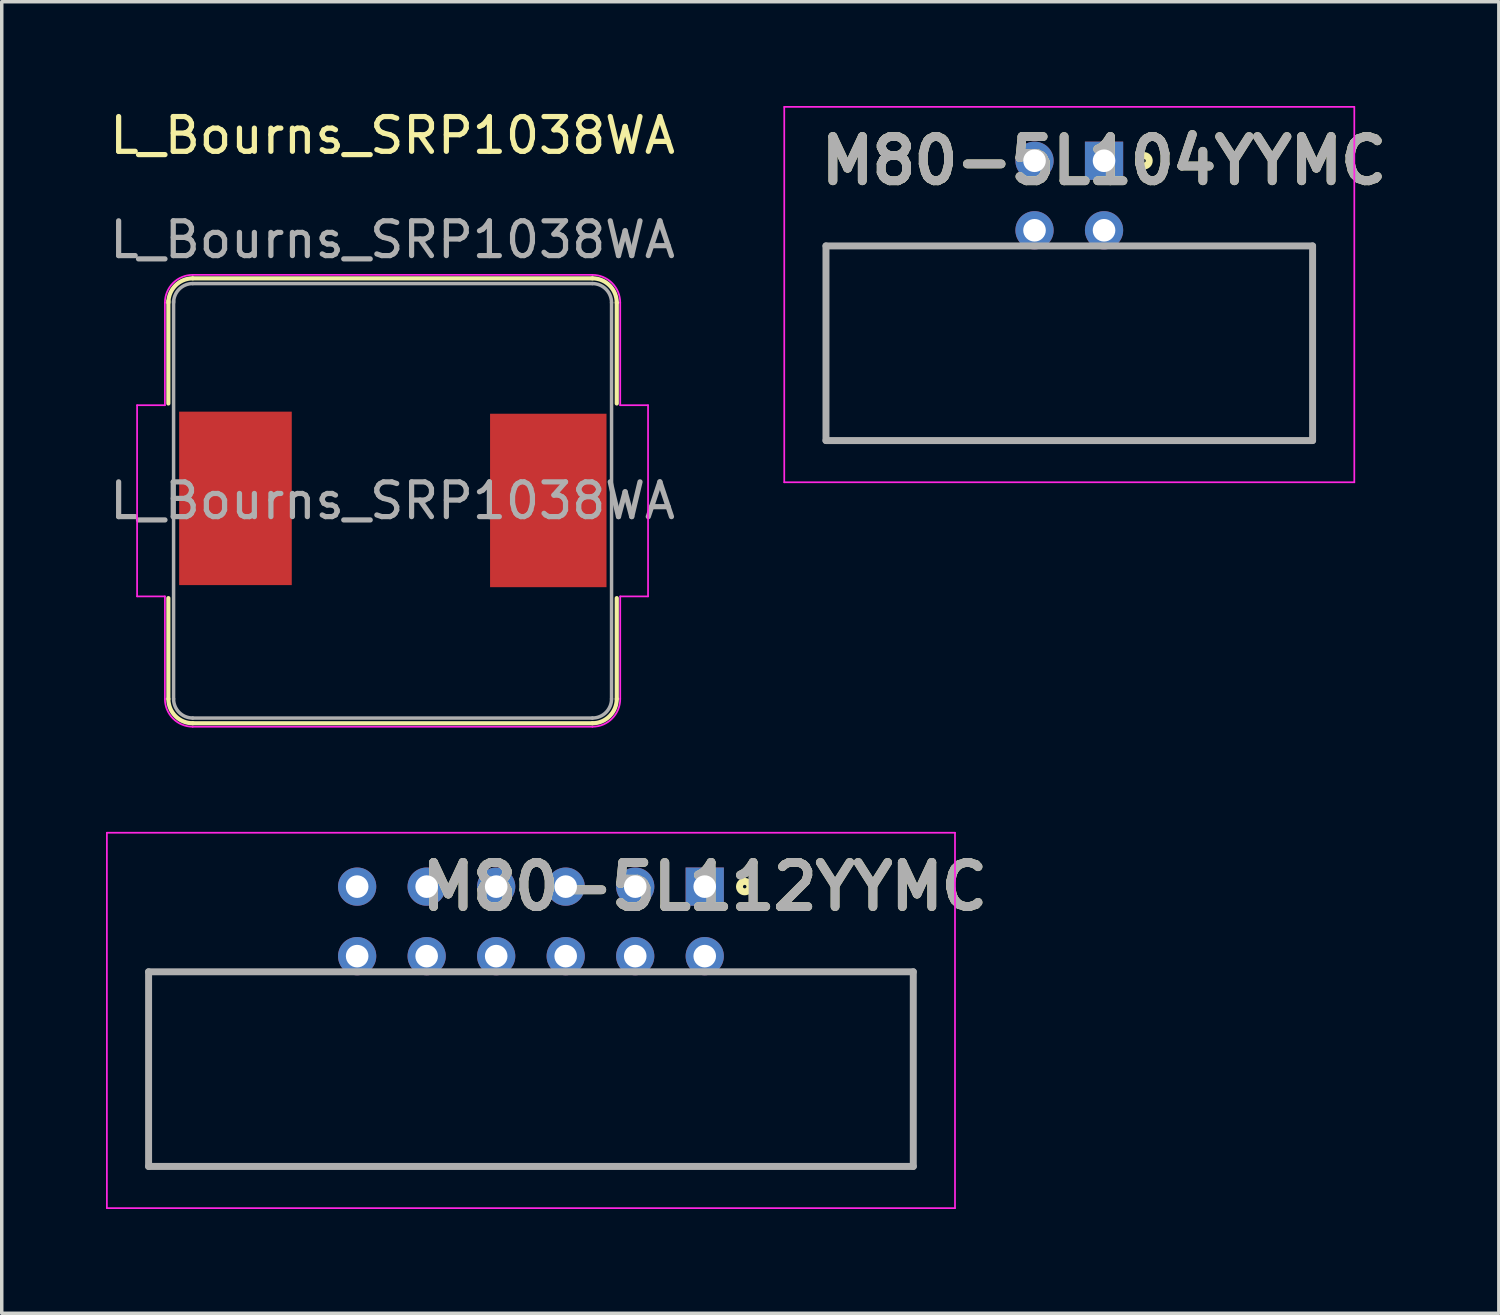
<source format=kicad_pcb>
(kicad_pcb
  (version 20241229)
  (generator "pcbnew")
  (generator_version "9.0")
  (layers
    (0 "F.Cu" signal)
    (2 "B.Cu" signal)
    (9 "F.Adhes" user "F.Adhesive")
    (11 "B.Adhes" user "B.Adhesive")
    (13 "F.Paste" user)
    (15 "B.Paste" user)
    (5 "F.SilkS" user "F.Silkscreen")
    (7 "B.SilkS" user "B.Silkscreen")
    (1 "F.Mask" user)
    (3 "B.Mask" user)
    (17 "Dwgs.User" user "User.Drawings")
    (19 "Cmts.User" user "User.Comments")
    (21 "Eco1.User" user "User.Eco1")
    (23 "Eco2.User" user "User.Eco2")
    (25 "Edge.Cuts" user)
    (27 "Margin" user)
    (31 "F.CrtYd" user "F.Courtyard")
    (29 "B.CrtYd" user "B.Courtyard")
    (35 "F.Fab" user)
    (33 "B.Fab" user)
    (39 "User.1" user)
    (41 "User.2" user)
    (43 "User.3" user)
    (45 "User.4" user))
  (footprint "L_Bourns_SRP1038WA"
    (layer "F.Cu")
    (at 8.244 10.918)
    (property "Reference" "L_Bourns_SRP1038WA" (at 0 -10.07 0) (unlocked yes) (layer "F.SilkS") (effects (font (size 1 1) (thickness 0.15))))
    (attr smd)
    (fp_line (start -6.45 -5.31) (end -6.45 -2.36) (stroke (width 0.12) (type solid)) (layer "F.SilkS"))
    (fp_line (start -6.45 3.24) (end -6.45 6.14) (stroke (width 0.12) (type solid)) (layer "F.SilkS"))
    (fp_line (start -5.75 -5.96) (end 5.75 -5.96) (stroke (width 0.12) (type solid)) (layer "F.SilkS"))
    (fp_line (start 5.75 6.84) (end -5.75 6.84) (stroke (width 0.12) (type solid)) (layer "F.SilkS"))
    (fp_line (start 6.45 -5.26) (end 6.45 -2.36) (stroke (width 0.12) (type solid)) (layer "F.SilkS"))
    (fp_line (start 6.45 3.24) (end 6.45 6.14) (stroke (width 0.12) (type solid)) (layer "F.SilkS"))
    (fp_arc (start -6.45 -5.26) (mid -6.244975 -5.754975) (end -5.75 -5.96) (stroke (width 0.12) (type solid)) (layer "F.SilkS"))
    (fp_arc (start -5.75 6.84) (mid -6.244975 6.634975) (end -6.45 6.14) (stroke (width 0.12) (type solid)) (layer "F.SilkS"))
    (fp_arc (start 5.75 -5.96) (mid 6.244975 -5.754975) (end 6.45 -5.26) (stroke (width 0.12) (type solid)) (layer "F.SilkS"))
    (fp_arc (start 6.45 6.14) (mid 6.244975 6.634975) (end 5.75 6.84) (stroke (width 0.12) (type solid)) (layer "F.SilkS"))
    (fp_line (start -7.35 -2.31) (end -6.55 -2.31) (stroke (width 0.05) (type solid)) (layer "F.CrtYd"))
    (fp_line (start -7.35 3.19) (end -7.35 -2.31) (stroke (width 0.05) (type solid)) (layer "F.CrtYd"))
    (fp_line (start -7.35 3.19) (end -6.55 3.19) (stroke (width 0.05) (type solid)) (layer "F.CrtYd"))
    (fp_line (start -6.55 -2.31) (end -6.55 -5.26) (stroke (width 0.05) (type solid)) (layer "F.CrtYd"))
    (fp_line (start -6.55 6.14) (end -6.55 3.19) (stroke (width 0.05) (type solid)) (layer "F.CrtYd"))
    (fp_line (start -5.75 -6.06) (end 5.75 -6.06) (stroke (width 0.05) (type solid)) (layer "F.CrtYd"))
    (fp_line (start 5.75 6.94) (end -5.75 6.94) (stroke (width 0.05) (type solid)) (layer "F.CrtYd"))
    (fp_line (start 6.55 -5.26) (end 6.55 -2.31) (stroke (width 0.05) (type solid)) (layer "F.CrtYd"))
    (fp_line (start 6.55 3.19) (end 6.55 6.14) (stroke (width 0.05) (type solid)) (layer "F.CrtYd"))
    (fp_line (start 7.35 -2.31) (end 6.55 -2.31) (stroke (width 0.05) (type solid)) (layer "F.CrtYd"))
    (fp_line (start 7.35 -2.31) (end 7.35 3.19) (stroke (width 0.05) (type solid)) (layer "F.CrtYd"))
    (fp_line (start 7.35 3.19) (end 6.55 3.19) (stroke (width 0.05) (type solid)) (layer "F.CrtYd"))
    (fp_arc (start -6.55 -5.26) (mid -6.315685 -5.825685) (end -5.75 -6.06) (stroke (width 0.05) (type solid)) (layer "F.CrtYd"))
    (fp_arc (start -5.75 6.94) (mid -6.315685 6.705685) (end -6.55 6.14) (stroke (width 0.05) (type solid)) (layer "F.CrtYd"))
    (fp_arc (start 5.75 -6.06) (mid 6.315685 -5.825685) (end 6.55 -5.26) (stroke (width 0.05) (type solid)) (layer "F.CrtYd"))
    (fp_arc (start 6.55 6.14) (mid 6.315685 6.705685) (end 5.75 6.94) (stroke (width 0.05) (type solid)) (layer "F.CrtYd"))
    (fp_line (start -6.3 -5.31) (end -6.3 6.14) (stroke (width 0.1) (type solid)) (layer "F.Fab"))
    (fp_line (start -5.75 -5.81) (end 5.75 -5.81) (stroke (width 0.1) (type solid)) (layer "F.Fab"))
    (fp_line (start 5.75 6.69) (end -5.75 6.69) (stroke (width 0.1) (type solid)) (layer "F.Fab"))
    (fp_line (start 6.3 -5.26) (end 6.3 6.14) (stroke (width 0.1) (type solid)) (layer "F.Fab"))
    (fp_arc (start -6.3 -5.26) (mid -6.138909 -5.648909) (end -5.75 -5.81) (stroke (width 0.1) (type solid)) (layer "F.Fab"))
    (fp_arc (start -5.75 6.69) (mid -6.138909 6.528909) (end -6.3 6.14) (stroke (width 0.1) (type solid)) (layer "F.Fab"))
    (fp_arc (start 5.75 -5.81) (mid 6.138909 -5.648909) (end 6.3 -5.26) (stroke (width 0.1) (type solid)) (layer "F.Fab"))
    (fp_arc (start 6.3 6.14) (mid 6.138909 6.528909) (end 5.75 6.69) (stroke (width 0.1) (type solid)) (layer "F.Fab"))
    (fp_text user "${REFERENCE}" (at 0 0.44 0) (layer "F.Fab") (effects (font (size 1 1) (thickness 0.15))))
    (fp_text user "${REFERENCE}" (at 0 -7.07 0) (unlocked yes) (layer "F.Fab") (effects (font (size 1 1) (thickness 0.15))))
    (pad "1" smd rect (at -4.52 0.37) (size 3.24 4.99) (layers "F.Cu" "F.Mask" "F.Paste"))
    (pad "2" smd rect (at 4.48 0.43) (size 3.35 4.99) (layers "F.Cu" "F.Mask" "F.Paste")))
  (footprint "M80-5L104YYMC"
    (layer "F.Cu")
    (at 28.713 1.575)
    (property "Reference" "M80-5L104YYMC" (at 0 0 0) (layer "F.SilkS") (effects (font (size 1.27 1.27) (thickness 0.254))))
    (attr through_hole)
    (fp_line (start -8 8.05) (end -8 2.45) (stroke (width 0.1) (type solid)) (layer "F.SilkS"))
    (fp_line (start 6 2.45) (end 6 8.05) (stroke (width 0.1) (type solid)) (layer "F.SilkS"))
    (fp_line (start 6 8.05) (end -8 8.05) (stroke (width 0.1) (type solid)) (layer "F.SilkS"))
    (fp_circle (center 1.15 0) (end 1.15 0.05) (stroke (width 0.2) (type solid)) (fill no) (layer "F.SilkS"))
    (fp_line (start -9.2 -1.55) (end 7.2 -1.55) (stroke (width 0.05) (type solid)) (layer "F.CrtYd"))
    (fp_line (start -9.2 9.25) (end -9.2 -1.55) (stroke (width 0.05) (type solid)) (layer "F.CrtYd"))
    (fp_line (start 7.2 -1.55) (end 7.2 9.25) (stroke (width 0.05) (type solid)) (layer "F.CrtYd"))
    (fp_line (start 7.2 9.25) (end -9.2 9.25) (stroke (width 0.05) (type solid)) (layer "F.CrtYd"))
    (fp_line (start -8 2.45) (end 6 2.45) (stroke (width 0.2) (type solid)) (layer "F.Fab"))
    (fp_line (start -8 8.05) (end -8 2.45) (stroke (width 0.2) (type solid)) (layer "F.Fab"))
    (fp_line (start 6 2.45) (end 6 8.05) (stroke (width 0.2) (type solid)) (layer "F.Fab"))
    (fp_line (start 6 8.05) (end -8 8.05) (stroke (width 0.2) (type solid)) (layer "F.Fab"))
    (fp_text user "${REFERENCE}" (at 0 0 0) (layer "F.Fab") (effects (font (size 1.27 1.27) (thickness 0.254))))
    (pad "1" thru_hole rect (at 0 0) (size 1.1 1.1) (drill 0.65) (layers "*.Cu" "*.Mask"))
    (pad "2" thru_hole circle (at -2 0) (size 1.1 1.1) (drill 0.65) (layers "*.Cu" "*.Mask"))
    (pad "3" thru_hole circle (at 0 2) (size 1.1 1.1) (drill 0.65) (layers "*.Cu" "*.Mask"))
    (pad "4" thru_hole circle (at -2 2) (size 1.1 1.1) (drill 0.65) (layers "*.Cu" "*.Mask")))
  (footprint "M80-5L112YYMC"
    (layer "F.Cu")
    (at 17.225 22.458)
    (property "Reference" "M80-5L112YYMC" (at 0 0 0) (layer "F.SilkS") (effects (font (size 1.27 1.27) (thickness 0.254))))
    (attr through_hole)
    (fp_line (start -16 8.05) (end -16 2.45) (stroke (width 0.1) (type solid)) (layer "F.SilkS"))
    (fp_line (start 6 2.45) (end 6 8.05) (stroke (width 0.1) (type solid)) (layer "F.SilkS"))
    (fp_line (start 6 8.05) (end -16 8.05) (stroke (width 0.1) (type solid)) (layer "F.SilkS"))
    (fp_circle (center 1.15 0) (end 1.15 0.05) (stroke (width 0.2) (type solid)) (fill no) (layer "F.SilkS"))
    (fp_line (start -17.2 -1.55) (end 7.2 -1.55) (stroke (width 0.05) (type solid)) (layer "F.CrtYd"))
    (fp_line (start -17.2 9.25) (end -17.2 -1.55) (stroke (width 0.05) (type solid)) (layer "F.CrtYd"))
    (fp_line (start 7.2 -1.55) (end 7.2 9.25) (stroke (width 0.05) (type solid)) (layer "F.CrtYd"))
    (fp_line (start 7.2 9.25) (end -17.2 9.25) (stroke (width 0.05) (type solid)) (layer "F.CrtYd"))
    (fp_line (start -16 2.45) (end 6 2.45) (stroke (width 0.2) (type solid)) (layer "F.Fab"))
    (fp_line (start -16 8.05) (end -16 2.45) (stroke (width 0.2) (type solid)) (layer "F.Fab"))
    (fp_line (start 6 2.45) (end 6 8.05) (stroke (width 0.2) (type solid)) (layer "F.Fab"))
    (fp_line (start 6 8.05) (end -16 8.05) (stroke (width 0.2) (type solid)) (layer "F.Fab"))
    (fp_text user "${REFERENCE}" (at 0 0 0) (layer "F.Fab") (effects (font (size 1.27 1.27) (thickness 0.254))))
    (pad "1" thru_hole rect (at 0 0) (size 1.1 1.1) (drill 0.65) (layers "*.Cu" "*.Mask"))
    (pad "2" thru_hole circle (at -2 0) (size 1.1 1.1) (drill 0.65) (layers "*.Cu" "*.Mask"))
    (pad "3" thru_hole circle (at -4 0) (size 1.1 1.1) (drill 0.65) (layers "*.Cu" "*.Mask"))
    (pad "4" thru_hole circle (at -6 0) (size 1.1 1.1) (drill 0.65) (layers "*.Cu" "*.Mask"))
    (pad "5" thru_hole circle (at -8 0) (size 1.1 1.1) (drill 0.65) (layers "*.Cu" "*.Mask"))
    (pad "6" thru_hole circle (at -10 0) (size 1.1 1.1) (drill 0.65) (layers "*.Cu" "*.Mask"))
    (pad "7" thru_hole circle (at 0 2) (size 1.1 1.1) (drill 0.65) (layers "*.Cu" "*.Mask"))
    (pad "8" thru_hole circle (at -2 2) (size 1.1 1.1) (drill 0.65) (layers "*.Cu" "*.Mask"))
    (pad "9" thru_hole circle (at -4 2) (size 1.1 1.1) (drill 0.65) (layers "*.Cu" "*.Mask"))
    (pad "10" thru_hole circle (at -6 2) (size 1.1 1.1) (drill 0.65) (layers "*.Cu" "*.Mask"))
    (pad "11" thru_hole circle (at -8 2) (size 1.1 1.1) (drill 0.65) (layers "*.Cu" "*.Mask"))
    (pad "12" thru_hole circle (at -10 2) (size 1.1 1.1) (drill 0.65) (layers "*.Cu" "*.Mask")))
  (gr_rect
    (start -3 -3)
    (end 40.071 34.733)
    (stroke (width 0.1) (type default))
    (fill no)
    (layer "Edge.Cuts")))
</source>
